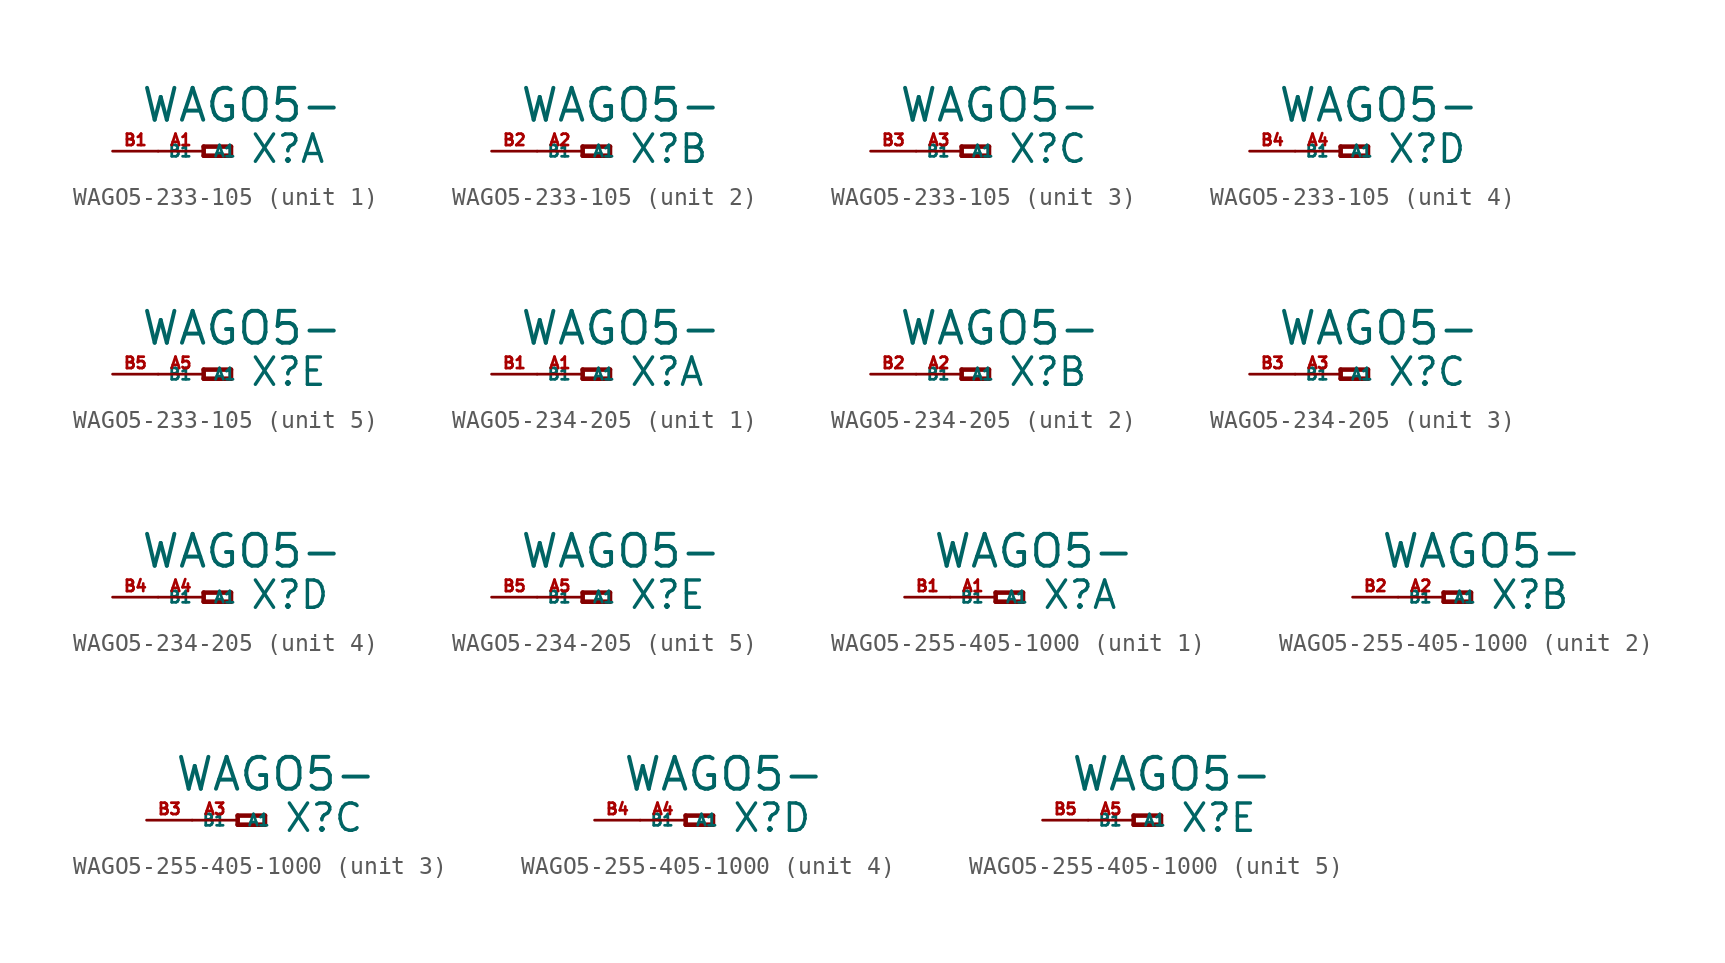
<source format=kicad_sym>
(kicad_symbol_lib
  (version 20220914)
  (generator Eagle2Kicad)
  (symbol "WAGO5-233-105"
    (property "Reference" "X"
      (at 2.54 -0.762 0)
      (effects (font (size 1.524 1.524) (thickness 0.19)) (justify left bottom)))
    (property "Value" "WAGO5-"
      (at -3.556 1.524 0)
      (effects (font (size 1.778 1.778) (thickness 0.22)) (justify left bottom)))
    (symbol "WAGO5-233-105_1_0"
      (polyline (pts (xy 0 0.254) (xy 0 -0.254)) (stroke (width 0.254) (type default)) (fill (type none)))
      (polyline (pts (xy 0 -0.254) (xy 1.524 -0.254)) (stroke (width 0.254) (type default)) (fill (type none)))
      (polyline (pts (xy 1.524 -0.254) (xy 1.524 0.254)) (stroke (width 0.254) (type default)) (fill (type none)))
      (polyline (pts (xy 1.524 0.254) (xy 0 0.254)) (stroke (width 0.254) (type default)) (fill (type none)))
      (pin passive line (at -2.54 0 0) (length 2.54) (name "A1" (effects (font (size 0.635 0.635) (thickness 0.08)) (justify left bottom))) (number "A1" (effects (font (size 0.635 0.635) (thickness 0.08)) (justify left bottom))))
      (pin passive line (at -5.08 0 0) (length 2.54) (name "B1" (effects (font (size 0.635 0.635) (thickness 0.08)) (justify left bottom))) (number "B1" (effects (font (size 0.635 0.635) (thickness 0.08)) (justify left bottom)))))
    (symbol "WAGO5-233-105_2_0"
      (polyline (pts (xy 0 0.254) (xy 0 -0.254)) (stroke (width 0.254) (type default)) (fill (type none)))
      (polyline (pts (xy 0 -0.254) (xy 1.524 -0.254)) (stroke (width 0.254) (type default)) (fill (type none)))
      (polyline (pts (xy 1.524 -0.254) (xy 1.524 0.254)) (stroke (width 0.254) (type default)) (fill (type none)))
      (polyline (pts (xy 1.524 0.254) (xy 0 0.254)) (stroke (width 0.254) (type default)) (fill (type none)))
      (pin passive line (at -2.54 0 0) (length 2.54) (name "A1" (effects (font (size 0.635 0.635) (thickness 0.08)) (justify left bottom))) (number "A2" (effects (font (size 0.635 0.635) (thickness 0.08)) (justify left bottom))))
      (pin passive line (at -5.08 0 0) (length 2.54) (name "B1" (effects (font (size 0.635 0.635) (thickness 0.08)) (justify left bottom))) (number "B2" (effects (font (size 0.635 0.635) (thickness 0.08)) (justify left bottom)))))
    (symbol "WAGO5-233-105_3_0"
      (polyline (pts (xy 0 0.254) (xy 0 -0.254)) (stroke (width 0.254) (type default)) (fill (type none)))
      (polyline (pts (xy 0 -0.254) (xy 1.524 -0.254)) (stroke (width 0.254) (type default)) (fill (type none)))
      (polyline (pts (xy 1.524 -0.254) (xy 1.524 0.254)) (stroke (width 0.254) (type default)) (fill (type none)))
      (polyline (pts (xy 1.524 0.254) (xy 0 0.254)) (stroke (width 0.254) (type default)) (fill (type none)))
      (pin passive line (at -2.54 0 0) (length 2.54) (name "A1" (effects (font (size 0.635 0.635) (thickness 0.08)) (justify left bottom))) (number "A3" (effects (font (size 0.635 0.635) (thickness 0.08)) (justify left bottom))))
      (pin passive line (at -5.08 0 0) (length 2.54) (name "B1" (effects (font (size 0.635 0.635) (thickness 0.08)) (justify left bottom))) (number "B3" (effects (font (size 0.635 0.635) (thickness 0.08)) (justify left bottom)))))
    (symbol "WAGO5-233-105_4_0"
      (polyline (pts (xy 0 0.254) (xy 0 -0.254)) (stroke (width 0.254) (type default)) (fill (type none)))
      (polyline (pts (xy 0 -0.254) (xy 1.524 -0.254)) (stroke (width 0.254) (type default)) (fill (type none)))
      (polyline (pts (xy 1.524 -0.254) (xy 1.524 0.254)) (stroke (width 0.254) (type default)) (fill (type none)))
      (polyline (pts (xy 1.524 0.254) (xy 0 0.254)) (stroke (width 0.254) (type default)) (fill (type none)))
      (pin passive line (at -2.54 0 0) (length 2.54) (name "A1" (effects (font (size 0.635 0.635) (thickness 0.08)) (justify left bottom))) (number "A4" (effects (font (size 0.635 0.635) (thickness 0.08)) (justify left bottom))))
      (pin passive line (at -5.08 0 0) (length 2.54) (name "B1" (effects (font (size 0.635 0.635) (thickness 0.08)) (justify left bottom))) (number "B4" (effects (font (size 0.635 0.635) (thickness 0.08)) (justify left bottom)))))
    (symbol "WAGO5-233-105_5_0"
      (polyline (pts (xy 0 0.254) (xy 0 -0.254)) (stroke (width 0.254) (type default)) (fill (type none)))
      (polyline (pts (xy 0 -0.254) (xy 1.524 -0.254)) (stroke (width 0.254) (type default)) (fill (type none)))
      (polyline (pts (xy 1.524 -0.254) (xy 1.524 0.254)) (stroke (width 0.254) (type default)) (fill (type none)))
      (polyline (pts (xy 1.524 0.254) (xy 0 0.254)) (stroke (width 0.254) (type default)) (fill (type none)))
      (pin passive line (at -2.54 0 0) (length 2.54) (name "A1" (effects (font (size 0.635 0.635) (thickness 0.08)) (justify left bottom))) (number "A5" (effects (font (size 0.635 0.635) (thickness 0.08)) (justify left bottom))))
      (pin passive line (at -5.08 0 0) (length 2.54) (name "B1" (effects (font (size 0.635 0.635) (thickness 0.08)) (justify left bottom))) (number "B5" (effects (font (size 0.635 0.635) (thickness 0.08)) (justify left bottom))))))
  (symbol "WAGO5-234-205"
    (property "Reference" "X"
      (at 2.54 -0.762 0)
      (effects (font (size 1.524 1.524) (thickness 0.19)) (justify left bottom)))
    (property "Value" "WAGO5-"
      (at -3.556 1.524 0)
      (effects (font (size 1.778 1.778) (thickness 0.22)) (justify left bottom)))
    (symbol "WAGO5-234-205_1_0"
      (polyline (pts (xy 0 0.254) (xy 0 -0.254)) (stroke (width 0.254) (type default)) (fill (type none)))
      (polyline (pts (xy 0 -0.254) (xy 1.524 -0.254)) (stroke (width 0.254) (type default)) (fill (type none)))
      (polyline (pts (xy 1.524 -0.254) (xy 1.524 0.254)) (stroke (width 0.254) (type default)) (fill (type none)))
      (polyline (pts (xy 1.524 0.254) (xy 0 0.254)) (stroke (width 0.254) (type default)) (fill (type none)))
      (pin passive line (at -2.54 0 0) (length 2.54) (name "A1" (effects (font (size 0.635 0.635) (thickness 0.08)) (justify left bottom))) (number "A1" (effects (font (size 0.635 0.635) (thickness 0.08)) (justify left bottom))))
      (pin passive line (at -5.08 0 0) (length 2.54) (name "B1" (effects (font (size 0.635 0.635) (thickness 0.08)) (justify left bottom))) (number "B1" (effects (font (size 0.635 0.635) (thickness 0.08)) (justify left bottom)))))
    (symbol "WAGO5-234-205_2_0"
      (polyline (pts (xy 0 0.254) (xy 0 -0.254)) (stroke (width 0.254) (type default)) (fill (type none)))
      (polyline (pts (xy 0 -0.254) (xy 1.524 -0.254)) (stroke (width 0.254) (type default)) (fill (type none)))
      (polyline (pts (xy 1.524 -0.254) (xy 1.524 0.254)) (stroke (width 0.254) (type default)) (fill (type none)))
      (polyline (pts (xy 1.524 0.254) (xy 0 0.254)) (stroke (width 0.254) (type default)) (fill (type none)))
      (pin passive line (at -2.54 0 0) (length 2.54) (name "A1" (effects (font (size 0.635 0.635) (thickness 0.08)) (justify left bottom))) (number "A2" (effects (font (size 0.635 0.635) (thickness 0.08)) (justify left bottom))))
      (pin passive line (at -5.08 0 0) (length 2.54) (name "B1" (effects (font (size 0.635 0.635) (thickness 0.08)) (justify left bottom))) (number "B2" (effects (font (size 0.635 0.635) (thickness 0.08)) (justify left bottom)))))
    (symbol "WAGO5-234-205_3_0"
      (polyline (pts (xy 0 0.254) (xy 0 -0.254)) (stroke (width 0.254) (type default)) (fill (type none)))
      (polyline (pts (xy 0 -0.254) (xy 1.524 -0.254)) (stroke (width 0.254) (type default)) (fill (type none)))
      (polyline (pts (xy 1.524 -0.254) (xy 1.524 0.254)) (stroke (width 0.254) (type default)) (fill (type none)))
      (polyline (pts (xy 1.524 0.254) (xy 0 0.254)) (stroke (width 0.254) (type default)) (fill (type none)))
      (pin passive line (at -2.54 0 0) (length 2.54) (name "A1" (effects (font (size 0.635 0.635) (thickness 0.08)) (justify left bottom))) (number "A3" (effects (font (size 0.635 0.635) (thickness 0.08)) (justify left bottom))))
      (pin passive line (at -5.08 0 0) (length 2.54) (name "B1" (effects (font (size 0.635 0.635) (thickness 0.08)) (justify left bottom))) (number "B3" (effects (font (size 0.635 0.635) (thickness 0.08)) (justify left bottom)))))
    (symbol "WAGO5-234-205_4_0"
      (polyline (pts (xy 0 0.254) (xy 0 -0.254)) (stroke (width 0.254) (type default)) (fill (type none)))
      (polyline (pts (xy 0 -0.254) (xy 1.524 -0.254)) (stroke (width 0.254) (type default)) (fill (type none)))
      (polyline (pts (xy 1.524 -0.254) (xy 1.524 0.254)) (stroke (width 0.254) (type default)) (fill (type none)))
      (polyline (pts (xy 1.524 0.254) (xy 0 0.254)) (stroke (width 0.254) (type default)) (fill (type none)))
      (pin passive line (at -2.54 0 0) (length 2.54) (name "A1" (effects (font (size 0.635 0.635) (thickness 0.08)) (justify left bottom))) (number "A4" (effects (font (size 0.635 0.635) (thickness 0.08)) (justify left bottom))))
      (pin passive line (at -5.08 0 0) (length 2.54) (name "B1" (effects (font (size 0.635 0.635) (thickness 0.08)) (justify left bottom))) (number "B4" (effects (font (size 0.635 0.635) (thickness 0.08)) (justify left bottom)))))
    (symbol "WAGO5-234-205_5_0"
      (polyline (pts (xy 0 0.254) (xy 0 -0.254)) (stroke (width 0.254) (type default)) (fill (type none)))
      (polyline (pts (xy 0 -0.254) (xy 1.524 -0.254)) (stroke (width 0.254) (type default)) (fill (type none)))
      (polyline (pts (xy 1.524 -0.254) (xy 1.524 0.254)) (stroke (width 0.254) (type default)) (fill (type none)))
      (polyline (pts (xy 1.524 0.254) (xy 0 0.254)) (stroke (width 0.254) (type default)) (fill (type none)))
      (pin passive line (at -2.54 0 0) (length 2.54) (name "A1" (effects (font (size 0.635 0.635) (thickness 0.08)) (justify left bottom))) (number "A5" (effects (font (size 0.635 0.635) (thickness 0.08)) (justify left bottom))))
      (pin passive line (at -5.08 0 0) (length 2.54) (name "B1" (effects (font (size 0.635 0.635) (thickness 0.08)) (justify left bottom))) (number "B5" (effects (font (size 0.635 0.635) (thickness 0.08)) (justify left bottom))))))
  (symbol "WAGO5-255-405-1000"
    (property "Reference" "X"
      (at 2.54 -0.762 0)
      (effects (font (size 1.524 1.524) (thickness 0.19)) (justify left bottom)))
    (property "Value" "WAGO5-"
      (at -3.556 1.524 0)
      (effects (font (size 1.778 1.778) (thickness 0.22)) (justify left bottom)))
    (symbol "WAGO5-255-405-1000_1_0"
      (polyline (pts (xy 0 0.254) (xy 0 -0.254)) (stroke (width 0.254) (type default)) (fill (type none)))
      (polyline (pts (xy 0 -0.254) (xy 1.524 -0.254)) (stroke (width 0.254) (type default)) (fill (type none)))
      (polyline (pts (xy 1.524 -0.254) (xy 1.524 0.254)) (stroke (width 0.254) (type default)) (fill (type none)))
      (polyline (pts (xy 1.524 0.254) (xy 0 0.254)) (stroke (width 0.254) (type default)) (fill (type none)))
      (pin passive line (at -2.54 0 0) (length 2.54) (name "A1" (effects (font (size 0.635 0.635) (thickness 0.08)) (justify left bottom))) (number "A1" (effects (font (size 0.635 0.635) (thickness 0.08)) (justify left bottom))))
      (pin passive line (at -5.08 0 0) (length 2.54) (name "B1" (effects (font (size 0.635 0.635) (thickness 0.08)) (justify left bottom))) (number "B1" (effects (font (size 0.635 0.635) (thickness 0.08)) (justify left bottom)))))
    (symbol "WAGO5-255-405-1000_2_0"
      (polyline (pts (xy 0 0.254) (xy 0 -0.254)) (stroke (width 0.254) (type default)) (fill (type none)))
      (polyline (pts (xy 0 -0.254) (xy 1.524 -0.254)) (stroke (width 0.254) (type default)) (fill (type none)))
      (polyline (pts (xy 1.524 -0.254) (xy 1.524 0.254)) (stroke (width 0.254) (type default)) (fill (type none)))
      (polyline (pts (xy 1.524 0.254) (xy 0 0.254)) (stroke (width 0.254) (type default)) (fill (type none)))
      (pin passive line (at -2.54 0 0) (length 2.54) (name "A1" (effects (font (size 0.635 0.635) (thickness 0.08)) (justify left bottom))) (number "A2" (effects (font (size 0.635 0.635) (thickness 0.08)) (justify left bottom))))
      (pin passive line (at -5.08 0 0) (length 2.54) (name "B1" (effects (font (size 0.635 0.635) (thickness 0.08)) (justify left bottom))) (number "B2" (effects (font (size 0.635 0.635) (thickness 0.08)) (justify left bottom)))))
    (symbol "WAGO5-255-405-1000_3_0"
      (polyline (pts (xy 0 0.254) (xy 0 -0.254)) (stroke (width 0.254) (type default)) (fill (type none)))
      (polyline (pts (xy 0 -0.254) (xy 1.524 -0.254)) (stroke (width 0.254) (type default)) (fill (type none)))
      (polyline (pts (xy 1.524 -0.254) (xy 1.524 0.254)) (stroke (width 0.254) (type default)) (fill (type none)))
      (polyline (pts (xy 1.524 0.254) (xy 0 0.254)) (stroke (width 0.254) (type default)) (fill (type none)))
      (pin passive line (at -2.54 0 0) (length 2.54) (name "A1" (effects (font (size 0.635 0.635) (thickness 0.08)) (justify left bottom))) (number "A3" (effects (font (size 0.635 0.635) (thickness 0.08)) (justify left bottom))))
      (pin passive line (at -5.08 0 0) (length 2.54) (name "B1" (effects (font (size 0.635 0.635) (thickness 0.08)) (justify left bottom))) (number "B3" (effects (font (size 0.635 0.635) (thickness 0.08)) (justify left bottom)))))
    (symbol "WAGO5-255-405-1000_4_0"
      (polyline (pts (xy 0 0.254) (xy 0 -0.254)) (stroke (width 0.254) (type default)) (fill (type none)))
      (polyline (pts (xy 0 -0.254) (xy 1.524 -0.254)) (stroke (width 0.254) (type default)) (fill (type none)))
      (polyline (pts (xy 1.524 -0.254) (xy 1.524 0.254)) (stroke (width 0.254) (type default)) (fill (type none)))
      (polyline (pts (xy 1.524 0.254) (xy 0 0.254)) (stroke (width 0.254) (type default)) (fill (type none)))
      (pin passive line (at -2.54 0 0) (length 2.54) (name "A1" (effects (font (size 0.635 0.635) (thickness 0.08)) (justify left bottom))) (number "A4" (effects (font (size 0.635 0.635) (thickness 0.08)) (justify left bottom))))
      (pin passive line (at -5.08 0 0) (length 2.54) (name "B1" (effects (font (size 0.635 0.635) (thickness 0.08)) (justify left bottom))) (number "B4" (effects (font (size 0.635 0.635) (thickness 0.08)) (justify left bottom)))))
    (symbol "WAGO5-255-405-1000_5_0"
      (polyline (pts (xy 0 0.254) (xy 0 -0.254)) (stroke (width 0.254) (type default)) (fill (type none)))
      (polyline (pts (xy 0 -0.254) (xy 1.524 -0.254)) (stroke (width 0.254) (type default)) (fill (type none)))
      (polyline (pts (xy 1.524 -0.254) (xy 1.524 0.254)) (stroke (width 0.254) (type default)) (fill (type none)))
      (polyline (pts (xy 1.524 0.254) (xy 0 0.254)) (stroke (width 0.254) (type default)) (fill (type none)))
      (pin passive line (at -2.54 0 0) (length 2.54) (name "A1" (effects (font (size 0.635 0.635) (thickness 0.08)) (justify left bottom))) (number "A5" (effects (font (size 0.635 0.635) (thickness 0.08)) (justify left bottom))))
      (pin passive line (at -5.08 0 0) (length 2.54) (name "B1" (effects (font (size 0.635 0.635) (thickness 0.08)) (justify left bottom))) (number "B5" (effects (font (size 0.635 0.635) (thickness 0.08)) (justify left bottom)))))))
</source>
